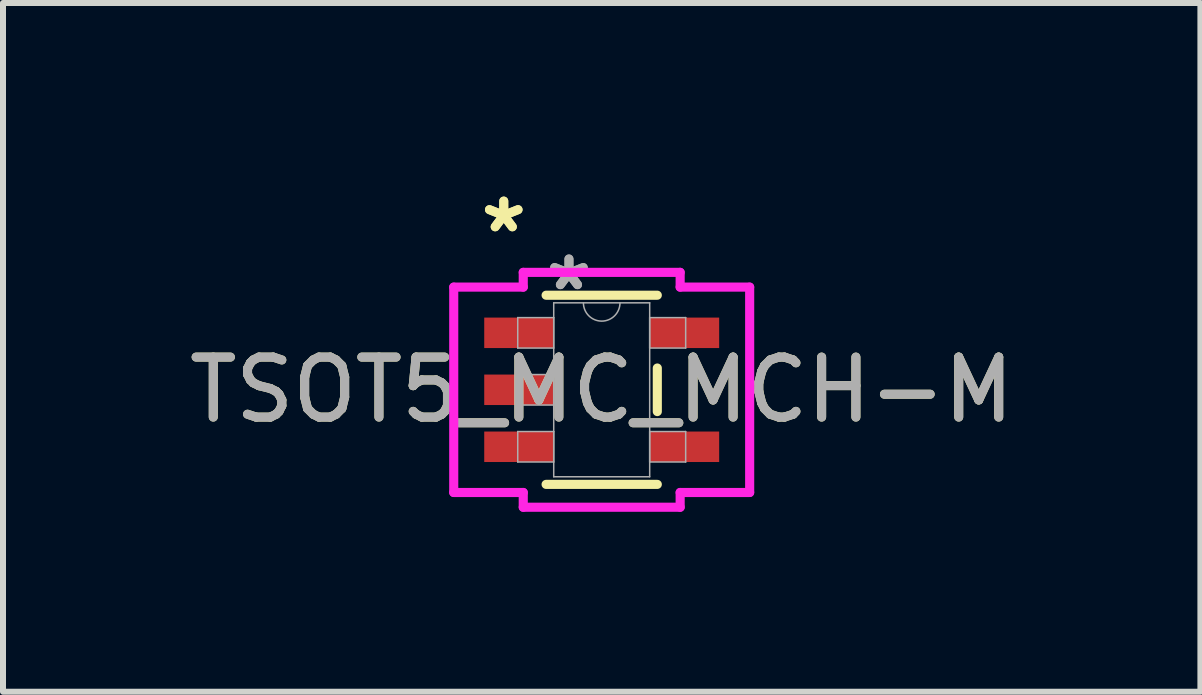
<source format=kicad_pcb>
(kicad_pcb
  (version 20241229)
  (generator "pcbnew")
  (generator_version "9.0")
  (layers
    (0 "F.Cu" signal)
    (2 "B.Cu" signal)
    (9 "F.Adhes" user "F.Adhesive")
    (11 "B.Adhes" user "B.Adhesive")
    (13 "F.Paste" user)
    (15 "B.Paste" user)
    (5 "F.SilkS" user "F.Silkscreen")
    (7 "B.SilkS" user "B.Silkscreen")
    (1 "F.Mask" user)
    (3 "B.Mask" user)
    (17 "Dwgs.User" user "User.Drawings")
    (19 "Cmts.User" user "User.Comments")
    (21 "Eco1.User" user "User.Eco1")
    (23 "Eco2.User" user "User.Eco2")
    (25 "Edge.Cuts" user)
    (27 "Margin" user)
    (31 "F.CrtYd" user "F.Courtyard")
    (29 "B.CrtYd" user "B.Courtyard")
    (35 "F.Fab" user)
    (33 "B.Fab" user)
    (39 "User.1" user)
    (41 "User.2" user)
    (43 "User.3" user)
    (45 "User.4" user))
  (footprint "TSOT5_MC_MCH-M"
    (layer "F.Cu")
    (at 6.982 3.449)
    (property "Reference" "TSOT5_MC_MCH-M" (at 0 0 0) (unlocked yes) (layer "F.SilkS") (effects (font (size 1 1) (thickness 0.15))))
    (attr smd)
    (fp_line (start -0.927 1.577) (end 0.927 1.577) (stroke (width 0.152) (type solid)) (layer "F.SilkS"))
    (fp_line (start 0.927 -1.577) (end -0.927 -1.577) (stroke (width 0.152) (type solid)) (layer "F.SilkS"))
    (fp_line (start 0.927 0.363) (end 0.927 -0.363) (stroke (width 0.152) (type solid)) (layer "F.SilkS"))
    (fp_line (start -2.467 -1.712) (end -1.308 -1.712) (stroke (width 0.152) (type solid)) (layer "F.CrtYd"))
    (fp_line (start -2.467 1.712) (end -2.467 -1.712) (stroke (width 0.152) (type solid)) (layer "F.CrtYd"))
    (fp_line (start -1.308 -1.958) (end 1.308 -1.958) (stroke (width 0.152) (type solid)) (layer "F.CrtYd"))
    (fp_line (start -1.308 -1.712) (end -1.308 -1.958) (stroke (width 0.152) (type solid)) (layer "F.CrtYd"))
    (fp_line (start -1.308 1.712) (end -2.467 1.712) (stroke (width 0.152) (type solid)) (layer "F.CrtYd"))
    (fp_line (start -1.308 1.958) (end -1.308 1.712) (stroke (width 0.152) (type solid)) (layer "F.CrtYd"))
    (fp_line (start 1.308 -1.958) (end 1.308 -1.712) (stroke (width 0.152) (type solid)) (layer "F.CrtYd"))
    (fp_line (start 1.308 -1.712) (end 2.467 -1.712) (stroke (width 0.152) (type solid)) (layer "F.CrtYd"))
    (fp_line (start 1.308 1.712) (end 1.308 1.958) (stroke (width 0.152) (type solid)) (layer "F.CrtYd"))
    (fp_line (start 1.308 1.958) (end -1.308 1.958) (stroke (width 0.152) (type solid)) (layer "F.CrtYd"))
    (fp_line (start 2.467 -1.712) (end 2.467 1.712) (stroke (width 0.152) (type solid)) (layer "F.CrtYd"))
    (fp_line (start 2.467 1.712) (end 1.308 1.712) (stroke (width 0.152) (type solid)) (layer "F.CrtYd"))
    (fp_line (start -1.4 -1.204) (end -1.4 -0.696) (stroke (width 0.025) (type solid)) (layer "F.Fab"))
    (fp_line (start -1.4 -0.696) (end -0.8 -0.696) (stroke (width 0.025) (type solid)) (layer "F.Fab"))
    (fp_line (start -1.4 -0.254) (end -1.4 0.254) (stroke (width 0.025) (type solid)) (layer "F.Fab"))
    (fp_line (start -1.4 0.254) (end -0.8 0.254) (stroke (width 0.025) (type solid)) (layer "F.Fab"))
    (fp_line (start -1.4 0.696) (end -1.4 1.204) (stroke (width 0.025) (type solid)) (layer "F.Fab"))
    (fp_line (start -1.4 1.204) (end -0.8 1.204) (stroke (width 0.025) (type solid)) (layer "F.Fab"))
    (fp_line (start -0.8 -1.45) (end -0.8 1.45) (stroke (width 0.025) (type solid)) (layer "F.Fab"))
    (fp_line (start -0.8 -1.204) (end -1.4 -1.204) (stroke (width 0.025) (type solid)) (layer "F.Fab"))
    (fp_line (start -0.8 -0.696) (end -0.8 -1.204) (stroke (width 0.025) (type solid)) (layer "F.Fab"))
    (fp_line (start -0.8 -0.254) (end -1.4 -0.254) (stroke (width 0.025) (type solid)) (layer "F.Fab"))
    (fp_line (start -0.8 0.254) (end -0.8 -0.254) (stroke (width 0.025) (type solid)) (layer "F.Fab"))
    (fp_line (start -0.8 0.696) (end -1.4 0.696) (stroke (width 0.025) (type solid)) (layer "F.Fab"))
    (fp_line (start -0.8 1.204) (end -0.8 0.696) (stroke (width 0.025) (type solid)) (layer "F.Fab"))
    (fp_line (start -0.8 1.45) (end 0.8 1.45) (stroke (width 0.025) (type solid)) (layer "F.Fab"))
    (fp_line (start 0.8 -1.45) (end -0.8 -1.45) (stroke (width 0.025) (type solid)) (layer "F.Fab"))
    (fp_line (start 0.8 -1.204) (end 0.8 -0.696) (stroke (width 0.025) (type solid)) (layer "F.Fab"))
    (fp_line (start 0.8 -0.696) (end 1.4 -0.696) (stroke (width 0.025) (type solid)) (layer "F.Fab"))
    (fp_line (start 0.8 0.696) (end 0.8 1.204) (stroke (width 0.025) (type solid)) (layer "F.Fab"))
    (fp_line (start 0.8 1.204) (end 1.4 1.204) (stroke (width 0.025) (type solid)) (layer "F.Fab"))
    (fp_line (start 0.8 1.45) (end 0.8 -1.45) (stroke (width 0.025) (type solid)) (layer "F.Fab"))
    (fp_line (start 1.4 -1.204) (end 0.8 -1.204) (stroke (width 0.025) (type solid)) (layer "F.Fab"))
    (fp_line (start 1.4 -0.696) (end 1.4 -1.204) (stroke (width 0.025) (type solid)) (layer "F.Fab"))
    (fp_line (start 1.4 0.696) (end 0.8 0.696) (stroke (width 0.025) (type solid)) (layer "F.Fab"))
    (fp_line (start 1.4 1.204) (end 1.4 0.696) (stroke (width 0.025) (type solid)) (layer "F.Fab"))
    (fp_arc (start 0.3048 -1.45) (mid 0 -1.1452) (end -0.3048 -1.45) (stroke (width 0.0254) (type solid)) (layer "F.Fab"))
    (fp_text user "*" (at -1.633 -2.601 0) (layer "F.SilkS") (effects (font (size 1 1) (thickness 0.15))))
    (fp_text user "*" (at -1.633 -2.601 0) (unlocked yes) (layer "F.SilkS") (effects (font (size 1 1) (thickness 0.15))))
    (fp_text user "${REFERENCE}" (at 0 0 0) (unlocked yes) (layer "F.Fab") (effects (font (size 1 1) (thickness 0.15))))
    (fp_text user "*" (at -0.546 -1.636 0) (unlocked yes) (layer "F.Fab") (effects (font (size 1 1) (thickness 0.15))))
    (fp_text user "*" (at -0.546 -1.636 0) (layer "F.Fab") (effects (font (size 1 1) (thickness 0.15))))
    (pad "1" smd rect (at -1.379 -0.95) (size 1.159 0.508) (layers "F.Cu" "F.Mask" "F.Paste"))
    (pad "2" smd rect (at -1.379 0) (size 1.159 0.508) (layers "F.Cu" "F.Mask" "F.Paste"))
    (pad "3" smd rect (at -1.379 0.95) (size 1.159 0.508) (layers "F.Cu" "F.Mask" "F.Paste"))
    (pad "4" smd rect (at 1.379 0.95) (size 1.159 0.508) (layers "F.Cu" "F.Mask" "F.Paste"))
    (pad "5" smd rect (at 1.379 -0.95) (size 1.159 0.508) (layers "F.Cu" "F.Mask" "F.Paste")))
  (gr_rect
    (start -3 -3)
    (end 16.964 8.483)
    (stroke (width 0.1) (type default))
    (fill no)
    (layer "Edge.Cuts")))
</source>
